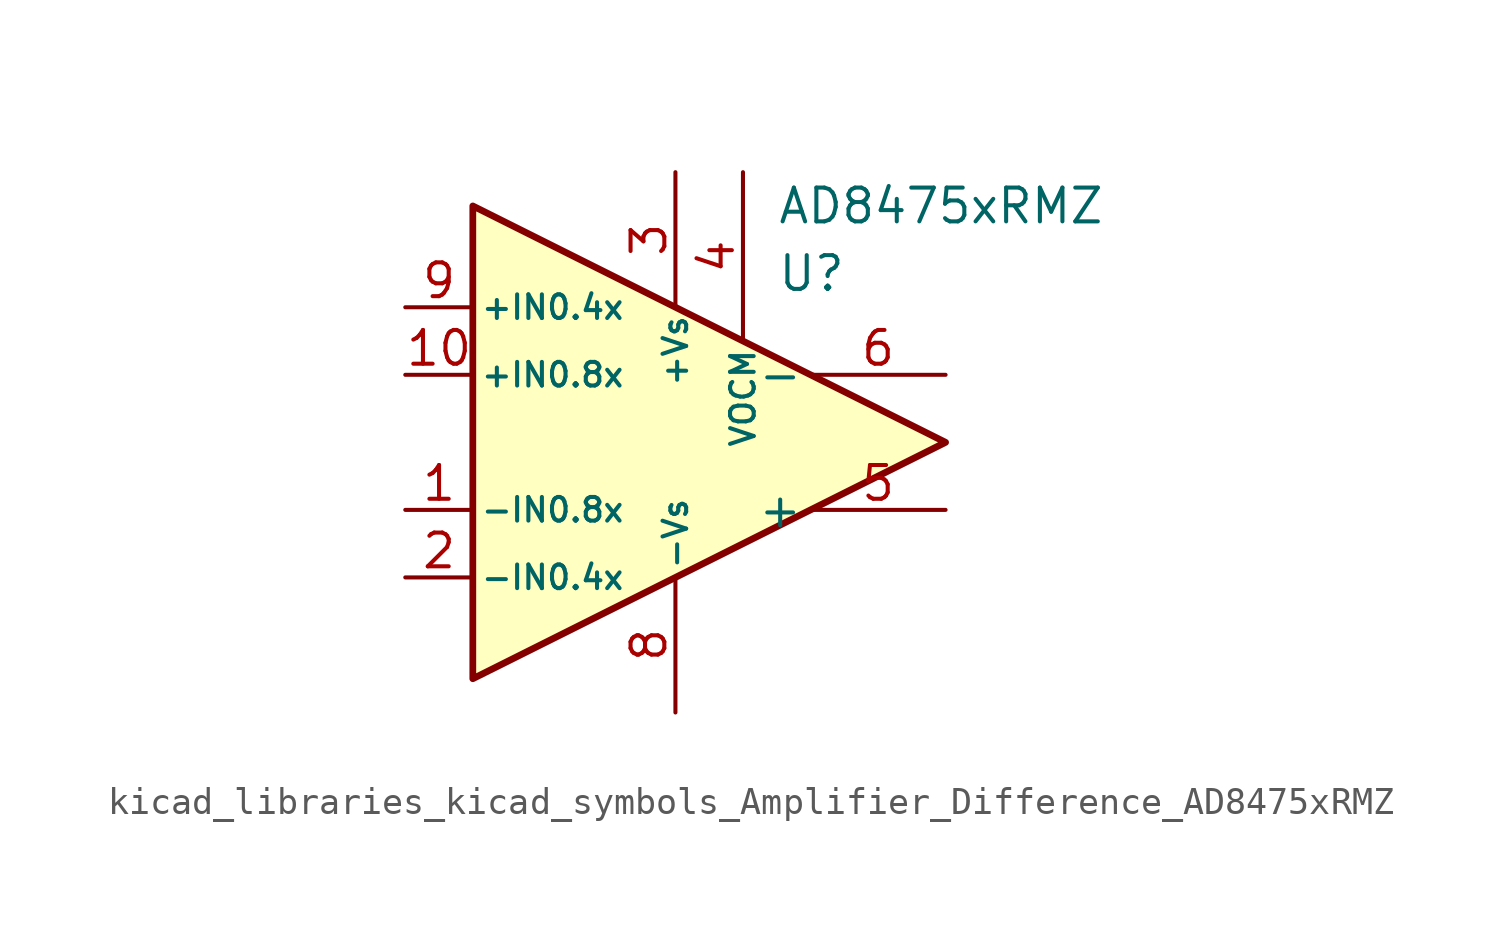
<source format=kicad_sym>
(kicad_symbol_lib
  (version 20220914)
  (generator kicad_symbol_editor)
  (symbol "kicad_libraries_kicad_symbols_Amplifier_Difference_AD8475xRMZ"
    (pin_names
      (offset 0.254))
    (property "Reference" "U"
      (at 3.81 6.35 0)
      (effects (font (size 1.27 1.27)) (justify left)))
    (property "Value" "AD8475xRMZ"
      (at 3.81 8.89 0)
      (effects (font (size 1.27 1.27)) (justify left)))
    (symbol "kicad_libraries_kicad_symbols_Amplifier_Difference_AD8475xRMZ_0_1"
      (polyline (pts (xy -7.62 8.89) (xy -7.62 -8.89) (xy 10.16 0) (xy -7.62 8.89)) (stroke (width 0.254) (type default)) (fill (type background))))
    (symbol "kicad_libraries_kicad_symbols_Amplifier_Difference_AD8475xRMZ_1_1"
      (pin input line (at -10.16 -2.54 0) (length 2.54) (name "-IN0.8x" (effects (font (size 0.889 0.889)))) (number "1" (effects (font (size 1.27 1.27)))))
      (pin input line (at -10.16 2.54 0) (length 2.54) (name "+IN0.8x" (effects (font (size 0.889 0.889)))) (number "10" (effects (font (size 1.27 1.27)))))
      (pin input line (at -10.16 -5.08 0) (length 2.54) (name "-IN0.4x" (effects (font (size 0.889 0.889)))) (number "2" (effects (font (size 1.27 1.27)))))
      (pin power_in line (at 0 10.16 270) (length 5.08) (name "+Vs" (effects (font (size 0.889 0.889)))) (number "3" (effects (font (size 1.27 1.27)))))
      (pin power_in line (at 2.54 10.16 270) (length 6.35) (name "VOCM" (effects (font (size 0.889 0.889)))) (number "4" (effects (font (size 1.27 1.27)))))
      (pin output line (at 10.16 -2.54 180) (length 5.08) (name "+" (effects (font (size 1.27 1.27)))) (number "5" (effects (font (size 1.27 1.27)))))
      (pin output line (at 10.16 2.54 180) (length 5.08) (name "-" (effects (font (size 1.27 1.27)))) (number "6" (effects (font (size 1.27 1.27)))))
      (pin no_connect line (at -7.62 -7.62 0) (length 2.54) hide (name "NC" (effects (font (size 1.27 1.27)))) (number "7" (effects (font (size 1.27 1.27)))))
      (pin power_in line (at 0 -10.16 90) (length 5.08) (name "-Vs" (effects (font (size 0.889 0.889)))) (number "8" (effects (font (size 1.27 1.27)))))
      (pin input line (at -10.16 5.08 0) (length 2.54) (name "+IN0.4x" (effects (font (size 0.889 0.889)))) (number "9" (effects (font (size 1.27 1.27))))))))
</source>
